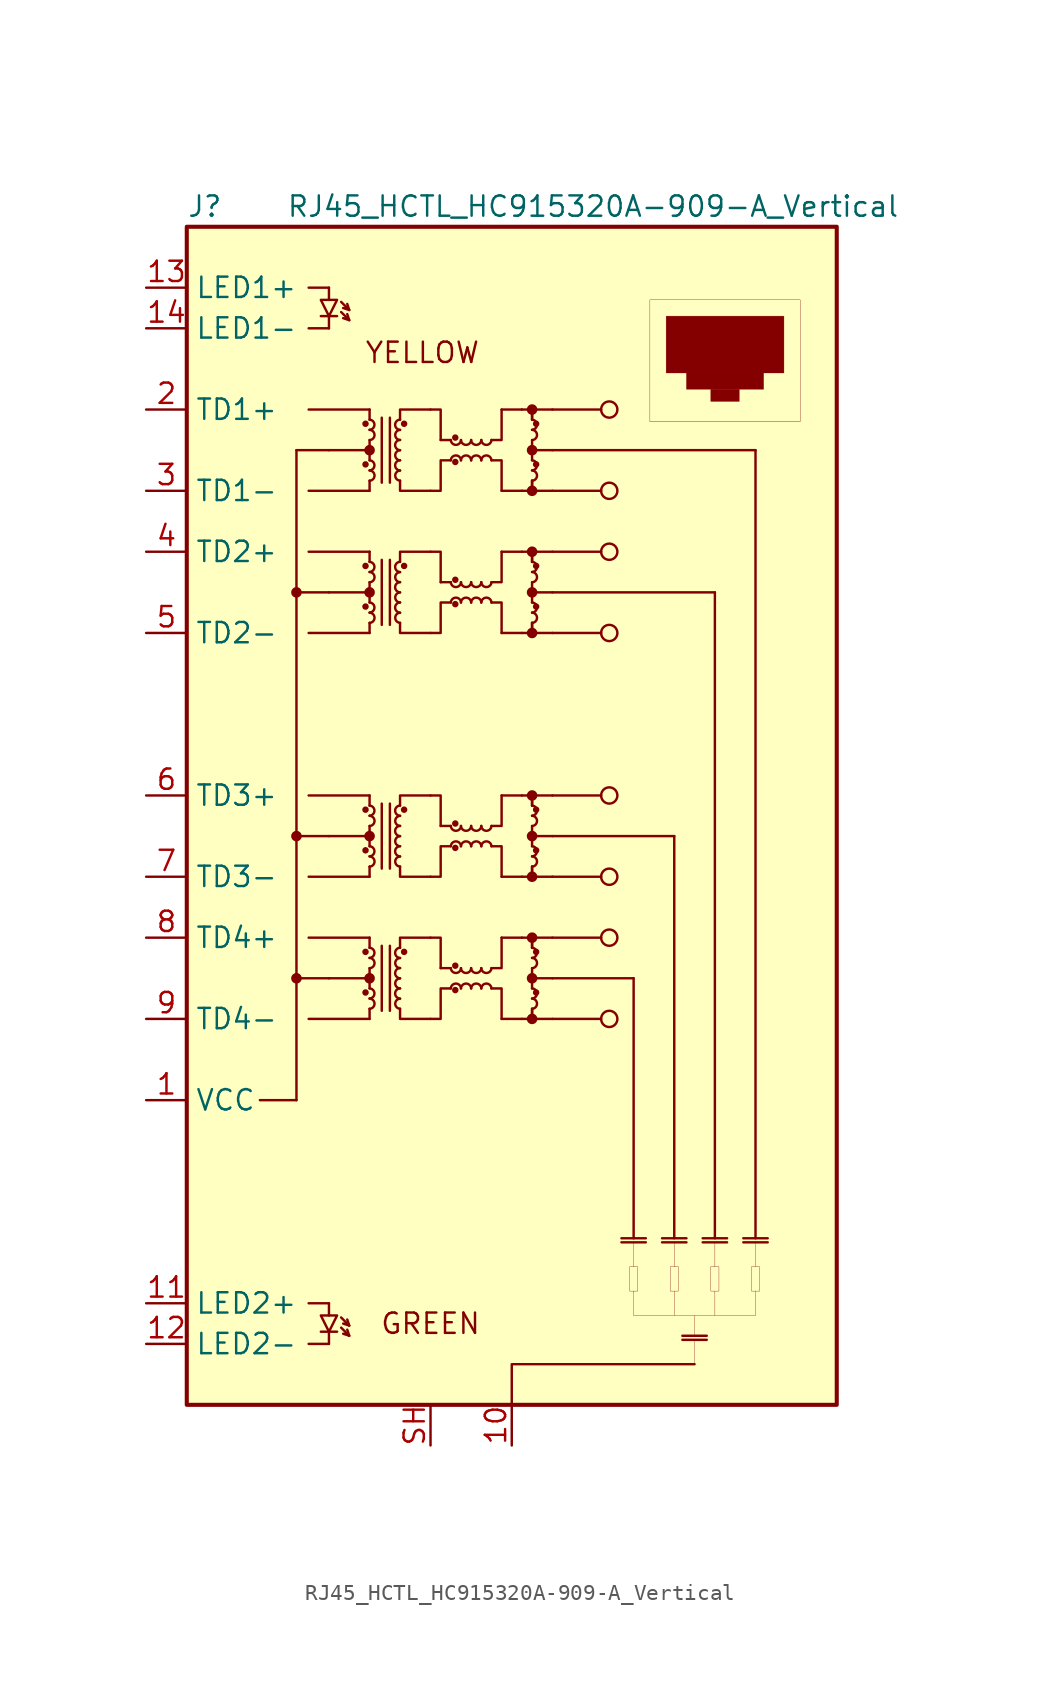
<source format=kicad_sym>
(kicad_symbol_lib
  (version 20241209)
  (generator "kicad_symbol_editor")
  (generator_version "9.0")
  (symbol "RJ45_HCTL_HC915320A-909-A_Vertical"
    (property "Reference" "J"
      (at -20.32 38.1 0)
      (effects (font (size 1.27 1.27)) (justify left)))
    (property "Value" "RJ45_HCTL_HC915320A-909-A_Vertical"
      (at 5.08 38.1 0)
      (effects (font (size 1.27 1.27))))
    (symbol "RJ45_HCTL_HC915320A-909-A_Vertical_0_0"
      (rectangle (start 7.366 -28.194) (end 7.874 -29.718) (stroke (width 0.001) (type default)) (fill (type none)))
      (polyline (pts (xy 7.62 -26.67) (xy 7.62 -28.194)) (stroke (width 0.001) (type default)) (fill (type none)))
      (polyline (pts (xy 7.62 -29.718) (xy 7.62 -31.242)) (stroke (width 0.001) (type default)) (fill (type none)))
      (polyline (pts (xy 7.62 -31.242) (xy 15.24 -31.242)) (stroke (width 0.001) (type default)) (fill (type none)))
      (rectangle (start 8.636 32.258) (end 18.034 24.638) (stroke (width 0.001) (type default)) (fill (type none)))
      (rectangle (start 9.652 31.242) (end 17.018 27.686) (stroke (width 0.001) (type default)) (fill (type outline)))
      (rectangle (start 9.906 -28.194) (end 10.414 -29.718) (stroke (width 0.001) (type default)) (fill (type none)))
      (polyline (pts (xy 10.16 -26.67) (xy 10.16 -28.194)) (stroke (width 0.001) (type default)) (fill (type none)))
      (polyline (pts (xy 10.16 -29.718) (xy 10.16 -31.242)) (stroke (width 0.001) (type default)) (fill (type none)))
      (rectangle (start 10.922 27.686) (end 15.748 26.67) (stroke (width 0.001) (type default)) (fill (type outline)))
      (polyline (pts (xy 11.43 -32.512) (xy 11.43 -31.242)) (stroke (width 0.001) (type default)) (fill (type none)))
      (polyline (pts (xy 11.43 -34.29) (xy 11.43 -32.766)) (stroke (width 0.001) (type default)) (fill (type none)))
      (rectangle (start 12.446 26.67) (end 14.224 25.908) (stroke (width 0.001) (type default)) (fill (type outline)))
      (rectangle (start 12.446 -28.194) (end 12.954 -29.718) (stroke (width 0.001) (type default)) (fill (type none)))
      (polyline (pts (xy 12.7 -26.67) (xy 12.7 -28.194)) (stroke (width 0.001) (type default)) (fill (type none)))
      (polyline (pts (xy 12.7 -29.718) (xy 12.7 -31.242)) (stroke (width 0.001) (type default)) (fill (type none)))
      (rectangle (start 14.986 -28.194) (end 15.494 -29.718) (stroke (width 0.001) (type default)) (fill (type none)))
      (polyline (pts (xy 15.24 -26.67) (xy 15.24 -28.194)) (stroke (width 0.001) (type default)) (fill (type none)))
      (polyline (pts (xy 15.24 -29.718) (xy 15.24 -31.242)) (stroke (width 0.001) (type default)) (fill (type none))))
    (symbol "RJ45_HCTL_HC915320A-909-A_Vertical_0_1"
      (rectangle (start -20.32 36.83) (end 20.32 -36.83) (stroke (width 0.254) (type default)) (fill (type background)))
      (circle (center -13.462 13.97) (radius 0.254) (stroke (width 0) (type default)) (fill (type outline)))
      (circle (center -13.462 -1.27) (radius 0.254) (stroke (width 0) (type default)) (fill (type outline)))
      (circle (center -13.462 -10.16) (radius 0.254) (stroke (width 0) (type default)) (fill (type outline)))
      (polyline (pts (xy -12.7 25.4) (xy -8.89 25.4)) (stroke (width 0) (type default)) (fill (type none)))
      (polyline (pts (xy -12.7 20.32) (xy -8.89 20.32)) (stroke (width 0) (type default)) (fill (type none)))
      (polyline (pts (xy -12.7 16.51) (xy -8.89 16.51)) (stroke (width 0) (type default)) (fill (type none)))
      (polyline (pts (xy -12.7 11.43) (xy -8.89 11.43)) (stroke (width 0) (type default)) (fill (type none)))
      (polyline (pts (xy -12.7 1.27) (xy -8.89 1.27)) (stroke (width 0) (type default)) (fill (type none)))
      (polyline (pts (xy -12.7 -3.81) (xy -8.89 -3.81)) (stroke (width 0) (type default)) (fill (type none)))
      (polyline (pts (xy -12.7 -7.62) (xy -8.89 -7.62)) (stroke (width 0) (type default)) (fill (type none)))
      (polyline (pts (xy -12.7 -12.7) (xy -8.89 -12.7)) (stroke (width 0) (type default)) (fill (type none)))
      (polyline (pts (xy -11.43 22.86) (xy -8.89 22.86)) (stroke (width 0) (type default)) (fill (type none)))
      (polyline (pts (xy -11.43 13.97) (xy -8.89 13.97)) (stroke (width 0) (type default)) (fill (type none)))
      (polyline (pts (xy -11.43 -1.27) (xy -8.89 -1.27)) (stroke (width 0) (type default)) (fill (type none)))
      (polyline (pts (xy -11.43 -10.16) (xy -8.89 -10.16)) (stroke (width 0) (type default)) (fill (type none)))
      (circle (center -9.144 24.511) (radius 0.127) (stroke (width 0) (type default)) (fill (type outline)))
      (circle (center -9.144 21.971) (radius 0.127) (stroke (width 0) (type default)) (fill (type outline)))
      (circle (center -9.144 15.621) (radius 0.127) (stroke (width 0) (type default)) (fill (type outline)))
      (circle (center -9.144 13.081) (radius 0.127) (stroke (width 0) (type default)) (fill (type outline)))
      (circle (center -9.144 0.381) (radius 0.127) (stroke (width 0) (type default)) (fill (type outline)))
      (circle (center -9.144 -2.159) (radius 0.127) (stroke (width 0) (type default)) (fill (type outline)))
      (circle (center -9.144 -8.509) (radius 0.127) (stroke (width 0) (type default)) (fill (type outline)))
      (circle (center -9.144 -11.049) (radius 0.127) (stroke (width 0) (type default)) (fill (type outline)))
      (arc (start -8.89 24.765) (mid -8.5849 24.4475) (end -8.89 24.13) (stroke (width 0) (type default)) (fill (type none)))
      (arc (start -8.89 24.13) (mid -8.5849 23.8125) (end -8.89 23.495) (stroke (width 0) (type default)) (fill (type none)))
      (arc (start -8.89 22.225) (mid -8.5849 21.9075) (end -8.89 21.59) (stroke (width 0) (type default)) (fill (type none)))
      (arc (start -8.89 21.59) (mid -8.5849 21.2725) (end -8.89 20.955) (stroke (width 0) (type default)) (fill (type none)))
      (arc (start -8.89 15.875) (mid -8.5849 15.5575) (end -8.89 15.24) (stroke (width 0) (type default)) (fill (type none)))
      (arc (start -8.89 15.24) (mid -8.5849 14.9225) (end -8.89 14.605) (stroke (width 0) (type default)) (fill (type none)))
      (arc (start -8.89 13.335) (mid -8.5849 13.0175) (end -8.89 12.7) (stroke (width 0) (type default)) (fill (type none)))
      (arc (start -8.89 12.7) (mid -8.5849 12.3825) (end -8.89 12.065) (stroke (width 0) (type default)) (fill (type none)))
      (arc (start -8.89 0.635) (mid -8.5849 0.3175) (end -8.89 0) (stroke (width 0) (type default)) (fill (type none)))
      (arc (start -8.89 0) (mid -8.5849 -0.3175) (end -8.89 -0.635) (stroke (width 0) (type default)) (fill (type none)))
      (arc (start -8.89 -1.905) (mid -8.5849 -2.2225) (end -8.89 -2.54) (stroke (width 0) (type default)) (fill (type none)))
      (arc (start -8.89 -2.54) (mid -8.5849 -2.8575) (end -8.89 -3.175) (stroke (width 0) (type default)) (fill (type none)))
      (arc (start -8.89 -8.255) (mid -8.5849 -8.5725) (end -8.89 -8.89) (stroke (width 0) (type default)) (fill (type none)))
      (arc (start -8.89 -8.89) (mid -8.5849 -9.2075) (end -8.89 -9.525) (stroke (width 0) (type default)) (fill (type none)))
      (arc (start -8.89 -10.795) (mid -8.5849 -11.1125) (end -8.89 -11.43) (stroke (width 0) (type default)) (fill (type none)))
      (arc (start -8.89 -11.43) (mid -8.5849 -11.7475) (end -8.89 -12.065) (stroke (width 0) (type default)) (fill (type none)))
      (polyline (pts (xy -8.89 25.4) (xy -8.89 24.765)) (stroke (width 0) (type default)) (fill (type none)))
      (circle (center -8.89 22.86) (radius 0.254) (stroke (width 0) (type default)) (fill (type outline)))
      (polyline (pts (xy -8.89 22.86) (xy -8.89 23.495)) (stroke (width 0) (type default)) (fill (type none)))
      (polyline (pts (xy -8.89 22.86) (xy -8.89 22.225)) (stroke (width 0) (type default)) (fill (type none)))
      (polyline (pts (xy -8.89 20.32) (xy -8.89 20.955)) (stroke (width 0) (type default)) (fill (type none)))
      (polyline (pts (xy -8.89 16.51) (xy -8.89 15.875)) (stroke (width 0) (type default)) (fill (type none)))
      (circle (center -8.89 13.97) (radius 0.254) (stroke (width 0) (type default)) (fill (type outline)))
      (polyline (pts (xy -8.89 13.97) (xy -8.89 14.605)) (stroke (width 0) (type default)) (fill (type none)))
      (polyline (pts (xy -8.89 13.97) (xy -8.89 13.335)) (stroke (width 0) (type default)) (fill (type none)))
      (polyline (pts (xy -8.89 11.43) (xy -8.89 12.065)) (stroke (width 0) (type default)) (fill (type none)))
      (polyline (pts (xy -8.89 1.27) (xy -8.89 0.635)) (stroke (width 0) (type default)) (fill (type none)))
      (circle (center -8.89 -1.27) (radius 0.254) (stroke (width 0) (type default)) (fill (type outline)))
      (polyline (pts (xy -8.89 -1.27) (xy -8.89 -0.635)) (stroke (width 0) (type default)) (fill (type none)))
      (polyline (pts (xy -8.89 -1.27) (xy -8.89 -1.905)) (stroke (width 0) (type default)) (fill (type none)))
      (polyline (pts (xy -8.89 -3.81) (xy -8.89 -3.175)) (stroke (width 0) (type default)) (fill (type none)))
      (polyline (pts (xy -8.89 -7.62) (xy -8.89 -8.255)) (stroke (width 0) (type default)) (fill (type none)))
      (circle (center -8.89 -10.16) (radius 0.254) (stroke (width 0) (type default)) (fill (type outline)))
      (polyline (pts (xy -8.89 -10.16) (xy -8.89 -9.525)) (stroke (width 0) (type default)) (fill (type none)))
      (polyline (pts (xy -8.89 -10.16) (xy -8.89 -10.795)) (stroke (width 0) (type default)) (fill (type none)))
      (polyline (pts (xy -8.89 -12.7) (xy -8.89 -12.065)) (stroke (width 0) (type default)) (fill (type none)))
      (polyline (pts (xy -8.128 20.828) (xy -8.128 24.892)) (stroke (width 0) (type default)) (fill (type none)))
      (polyline (pts (xy -8.128 11.938) (xy -8.128 16.002)) (stroke (width 0) (type default)) (fill (type none)))
      (polyline (pts (xy -8.128 -3.302) (xy -8.128 0.762)) (stroke (width 0) (type default)) (fill (type none)))
      (polyline (pts (xy -8.128 -12.192) (xy -8.128 -8.128)) (stroke (width 0) (type default)) (fill (type none)))
      (polyline (pts (xy -7.62 20.828) (xy -7.62 24.892)) (stroke (width 0) (type default)) (fill (type none)))
      (polyline (pts (xy -7.62 11.938) (xy -7.62 16.002)) (stroke (width 0) (type default)) (fill (type none)))
      (polyline (pts (xy -7.62 -3.302) (xy -7.62 0.762)) (stroke (width 0) (type default)) (fill (type none)))
      (polyline (pts (xy -7.62 -12.192) (xy -7.62 -8.128)) (stroke (width 0) (type default)) (fill (type none)))
      (polyline (pts (xy -6.985 24.765) (xy -6.985 25.4) (xy -5.08 25.4)) (stroke (width 0) (type default)) (fill (type none)))
      (polyline (pts (xy -6.985 20.955) (xy -6.985 20.32) (xy -5.08 20.32)) (stroke (width 0) (type default)) (fill (type none)))
      (polyline (pts (xy -6.985 15.875) (xy -6.985 16.51) (xy -5.08 16.51)) (stroke (width 0) (type default)) (fill (type none)))
      (polyline (pts (xy -6.985 12.065) (xy -6.985 11.43) (xy -5.08 11.43)) (stroke (width 0) (type default)) (fill (type none)))
      (polyline (pts (xy -6.985 0.635) (xy -6.985 1.27) (xy -5.08 1.27)) (stroke (width 0) (type default)) (fill (type none)))
      (polyline (pts (xy -6.985 -3.175) (xy -6.985 -3.81) (xy -5.08 -3.81)) (stroke (width 0) (type default)) (fill (type none)))
      (polyline (pts (xy -6.985 -8.255) (xy -6.985 -7.62) (xy -5.08 -7.62)) (stroke (width 0) (type default)) (fill (type none)))
      (polyline (pts (xy -6.985 -12.065) (xy -6.985 -12.7) (xy -5.08 -12.7)) (stroke (width 0) (type default)) (fill (type none)))
      (arc (start -6.985 24.13) (mid -7.2901 24.4475) (end -6.985 24.765) (stroke (width 0) (type default)) (fill (type none)))
      (arc (start -6.985 23.495) (mid -7.2901 23.8125) (end -6.985 24.13) (stroke (width 0) (type default)) (fill (type none)))
      (arc (start -6.985 22.86) (mid -7.2901 23.1775) (end -6.985 23.495) (stroke (width 0) (type default)) (fill (type none)))
      (arc (start -6.985 22.225) (mid -7.2901 22.5425) (end -6.985 22.86) (stroke (width 0) (type default)) (fill (type none)))
      (arc (start -6.985 21.59) (mid -7.2901 21.9075) (end -6.985 22.225) (stroke (width 0) (type default)) (fill (type none)))
      (arc (start -6.985 20.955) (mid -7.2901 21.2725) (end -6.985 21.59) (stroke (width 0) (type default)) (fill (type none)))
      (arc (start -6.985 15.24) (mid -7.2901 15.5575) (end -6.985 15.875) (stroke (width 0) (type default)) (fill (type none)))
      (arc (start -6.985 14.605) (mid -7.2901 14.9225) (end -6.985 15.24) (stroke (width 0) (type default)) (fill (type none)))
      (arc (start -6.985 13.97) (mid -7.2901 14.2875) (end -6.985 14.605) (stroke (width 0) (type default)) (fill (type none)))
      (arc (start -6.985 13.335) (mid -7.2901 13.6525) (end -6.985 13.97) (stroke (width 0) (type default)) (fill (type none)))
      (arc (start -6.985 12.7) (mid -7.2901 13.0175) (end -6.985 13.335) (stroke (width 0) (type default)) (fill (type none)))
      (arc (start -6.985 12.065) (mid -7.2901 12.3825) (end -6.985 12.7) (stroke (width 0) (type default)) (fill (type none)))
      (arc (start -6.985 0) (mid -7.2901 0.3175) (end -6.985 0.635) (stroke (width 0) (type default)) (fill (type none)))
      (arc (start -6.985 -0.635) (mid -7.2901 -0.3175) (end -6.985 0) (stroke (width 0) (type default)) (fill (type none)))
      (arc (start -6.985 -1.27) (mid -7.2901 -0.9525) (end -6.985 -0.635) (stroke (width 0) (type default)) (fill (type none)))
      (arc (start -6.985 -1.905) (mid -7.2901 -1.5875) (end -6.985 -1.27) (stroke (width 0) (type default)) (fill (type none)))
      (arc (start -6.985 -2.54) (mid -7.2901 -2.2225) (end -6.985 -1.905) (stroke (width 0) (type default)) (fill (type none)))
      (arc (start -6.985 -3.175) (mid -7.2901 -2.8575) (end -6.985 -2.54) (stroke (width 0) (type default)) (fill (type none)))
      (arc (start -6.985 -8.89) (mid -7.2901 -8.5725) (end -6.985 -8.255) (stroke (width 0) (type default)) (fill (type none)))
      (arc (start -6.985 -9.525) (mid -7.2901 -9.2075) (end -6.985 -8.89) (stroke (width 0) (type default)) (fill (type none)))
      (arc (start -6.985 -10.16) (mid -7.2901 -9.8425) (end -6.985 -9.525) (stroke (width 0) (type default)) (fill (type none)))
      (arc (start -6.985 -10.795) (mid -7.2901 -10.4775) (end -6.985 -10.16) (stroke (width 0) (type default)) (fill (type none)))
      (arc (start -6.985 -11.43) (mid -7.2901 -11.1125) (end -6.985 -10.795) (stroke (width 0) (type default)) (fill (type none)))
      (arc (start -6.985 -12.065) (mid -7.2901 -11.7475) (end -6.985 -11.43) (stroke (width 0) (type default)) (fill (type none)))
      (circle (center -6.731 24.511) (radius 0.127) (stroke (width 0) (type default)) (fill (type outline)))
      (circle (center -6.731 15.621) (radius 0.127) (stroke (width 0) (type default)) (fill (type outline)))
      (circle (center -6.731 0.381) (radius 0.127) (stroke (width 0) (type default)) (fill (type outline)))
      (circle (center -6.731 -8.509) (radius 0.127) (stroke (width 0) (type default)) (fill (type outline)))
      (polyline (pts (xy -5.08 25.4) (xy -4.445 25.4) (xy -4.445 23.495)) (stroke (width 0) (type default)) (fill (type none)))
      (polyline (pts (xy -5.08 20.32) (xy -4.445 20.32) (xy -4.445 22.225) (xy -3.81 22.225)) (stroke (width 0) (type default)) (fill (type none)))
      (polyline (pts (xy -5.08 16.51) (xy -4.445 16.51) (xy -4.445 14.605)) (stroke (width 0) (type default)) (fill (type none)))
      (polyline (pts (xy -5.08 11.43) (xy -4.445 11.43) (xy -4.445 13.335) (xy -3.81 13.335)) (stroke (width 0) (type default)) (fill (type none)))
      (polyline (pts (xy -5.08 1.27) (xy -4.445 1.27) (xy -4.445 -0.635)) (stroke (width 0) (type default)) (fill (type none)))
      (polyline (pts (xy -5.08 -3.81) (xy -4.445 -3.81) (xy -4.445 -1.905) (xy -3.81 -1.905)) (stroke (width 0) (type default)) (fill (type none)))
      (polyline (pts (xy -5.08 -7.62) (xy -4.445 -7.62) (xy -4.445 -9.525)) (stroke (width 0) (type default)) (fill (type none)))
      (polyline (pts (xy -5.08 -12.7) (xy -4.445 -12.7) (xy -4.445 -10.795) (xy -3.81 -10.795)) (stroke (width 0) (type default)) (fill (type none)))
      (polyline (pts (xy -4.445 23.495) (xy -3.81 23.495)) (stroke (width 0) (type default)) (fill (type none)))
      (polyline (pts (xy -4.445 14.605) (xy -3.81 14.605)) (stroke (width 0) (type default)) (fill (type none)))
      (polyline (pts (xy -4.445 -0.635) (xy -3.81 -0.635)) (stroke (width 0) (type default)) (fill (type none)))
      (polyline (pts (xy -4.445 -9.525) (xy -3.81 -9.525)) (stroke (width 0) (type default)) (fill (type none)))
      (circle (center -3.531 23.647) (radius 0.127) (stroke (width 0) (type default)) (fill (type outline)))
      (circle (center -3.531 22.123) (radius 0.127) (stroke (width 0) (type default)) (fill (type outline)))
      (circle (center -3.531 14.757) (radius 0.127) (stroke (width 0) (type default)) (fill (type outline)))
      (circle (center -3.531 13.233) (radius 0.127) (stroke (width 0) (type default)) (fill (type outline)))
      (circle (center -3.531 -0.483) (radius 0.127) (stroke (width 0) (type default)) (fill (type outline)))
      (circle (center -3.531 -2.007) (radius 0.127) (stroke (width 0) (type default)) (fill (type outline)))
      (circle (center -3.531 -9.373) (radius 0.127) (stroke (width 0) (type default)) (fill (type outline)))
      (circle (center -3.531 -10.897) (radius 0.127) (stroke (width 0) (type default)) (fill (type outline)))
      (arc (start -3.175 23.495) (mid -3.4925 23.1899) (end -3.81 23.495) (stroke (width 0) (type default)) (fill (type none)))
      (arc (start -3.81 22.225) (mid -3.4925 22.5301) (end -3.175 22.225) (stroke (width 0) (type default)) (fill (type none)))
      (arc (start -3.175 14.605) (mid -3.4925 14.2999) (end -3.81 14.605) (stroke (width 0) (type default)) (fill (type none)))
      (arc (start -3.81 13.335) (mid -3.4925 13.6401) (end -3.175 13.335) (stroke (width 0) (type default)) (fill (type none)))
      (arc (start -3.175 -0.635) (mid -3.4925 -0.9401) (end -3.81 -0.635) (stroke (width 0) (type default)) (fill (type none)))
      (arc (start -3.81 -1.905) (mid -3.4925 -1.5999) (end -3.175 -1.905) (stroke (width 0) (type default)) (fill (type none)))
      (arc (start -3.175 -9.525) (mid -3.4925 -9.8301) (end -3.81 -9.525) (stroke (width 0) (type default)) (fill (type none)))
      (arc (start -3.81 -10.795) (mid -3.4925 -10.4899) (end -3.175 -10.795) (stroke (width 0) (type default)) (fill (type none)))
      (arc (start -2.54 23.495) (mid -2.8575 23.1899) (end -3.175 23.495) (stroke (width 0) (type default)) (fill (type none)))
      (arc (start -3.175 22.225) (mid -2.8575 22.5301) (end -2.54 22.225) (stroke (width 0) (type default)) (fill (type none)))
      (arc (start -2.54 14.605) (mid -2.8575 14.2999) (end -3.175 14.605) (stroke (width 0) (type default)) (fill (type none)))
      (arc (start -3.175 13.335) (mid -2.8575 13.6401) (end -2.54 13.335) (stroke (width 0) (type default)) (fill (type none)))
      (arc (start -2.54 -0.635) (mid -2.8575 -0.9401) (end -3.175 -0.635) (stroke (width 0) (type default)) (fill (type none)))
      (arc (start -3.175 -1.905) (mid -2.8575 -1.5999) (end -2.54 -1.905) (stroke (width 0) (type default)) (fill (type none)))
      (arc (start -2.54 -9.525) (mid -2.8575 -9.8301) (end -3.175 -9.525) (stroke (width 0) (type default)) (fill (type none)))
      (arc (start -3.175 -10.795) (mid -2.8575 -10.4899) (end -2.54 -10.795) (stroke (width 0) (type default)) (fill (type none)))
      (arc (start -1.905 23.495) (mid -2.2225 23.1899) (end -2.54 23.495) (stroke (width 0) (type default)) (fill (type none)))
      (arc (start -2.54 22.225) (mid -2.2225 22.5301) (end -1.905 22.225) (stroke (width 0) (type default)) (fill (type none)))
      (arc (start -1.905 14.605) (mid -2.2225 14.2999) (end -2.54 14.605) (stroke (width 0) (type default)) (fill (type none)))
      (arc (start -2.54 13.335) (mid -2.2225 13.6401) (end -1.905 13.335) (stroke (width 0) (type default)) (fill (type none)))
      (arc (start -1.905 -0.635) (mid -2.2225 -0.9401) (end -2.54 -0.635) (stroke (width 0) (type default)) (fill (type none)))
      (arc (start -2.54 -1.905) (mid -2.2225 -1.5999) (end -1.905 -1.905) (stroke (width 0) (type default)) (fill (type none)))
      (arc (start -1.905 -9.525) (mid -2.2225 -9.8301) (end -2.54 -9.525) (stroke (width 0) (type default)) (fill (type none)))
      (arc (start -2.54 -10.795) (mid -2.2225 -10.4899) (end -1.905 -10.795) (stroke (width 0) (type default)) (fill (type none)))
      (arc (start -1.27 23.495) (mid -1.5875 23.1899) (end -1.905 23.495) (stroke (width 0) (type default)) (fill (type none)))
      (arc (start -1.905 22.225) (mid -1.5875 22.5301) (end -1.27 22.225) (stroke (width 0) (type default)) (fill (type none)))
      (arc (start -1.27 14.605) (mid -1.5875 14.2999) (end -1.905 14.605) (stroke (width 0) (type default)) (fill (type none)))
      (arc (start -1.905 13.335) (mid -1.5875 13.6401) (end -1.27 13.335) (stroke (width 0) (type default)) (fill (type none)))
      (arc (start -1.27 -0.635) (mid -1.5875 -0.9401) (end -1.905 -0.635) (stroke (width 0) (type default)) (fill (type none)))
      (arc (start -1.905 -1.905) (mid -1.5875 -1.5999) (end -1.27 -1.905) (stroke (width 0) (type default)) (fill (type none)))
      (arc (start -1.27 -9.525) (mid -1.5875 -9.8301) (end -1.905 -9.525) (stroke (width 0) (type default)) (fill (type none)))
      (arc (start -1.905 -10.795) (mid -1.5875 -10.4899) (end -1.27 -10.795) (stroke (width 0) (type default)) (fill (type none)))
      (polyline (pts (xy -1.27 23.495) (xy -0.635 23.495) (xy -0.635 25.4)) (stroke (width 0) (type default)) (fill (type none)))
      (polyline (pts (xy -1.27 22.225) (xy -0.635 22.225) (xy -0.635 20.32)) (stroke (width 0) (type default)) (fill (type none)))
      (polyline (pts (xy -1.27 14.605) (xy -0.635 14.605) (xy -0.635 16.51)) (stroke (width 0) (type default)) (fill (type none)))
      (polyline (pts (xy -1.27 13.335) (xy -0.635 13.335) (xy -0.635 11.43)) (stroke (width 0) (type default)) (fill (type none)))
      (polyline (pts (xy -1.27 -0.635) (xy -0.635 -0.635) (xy -0.635 1.27)) (stroke (width 0) (type default)) (fill (type none)))
      (polyline (pts (xy -1.27 -1.905) (xy -0.635 -1.905) (xy -0.635 -3.81)) (stroke (width 0) (type default)) (fill (type none)))
      (polyline (pts (xy -1.27 -9.525) (xy -0.635 -9.525) (xy -0.635 -7.62)) (stroke (width 0) (type default)) (fill (type none)))
      (polyline (pts (xy -1.27 -10.795) (xy -0.635 -10.795) (xy -0.635 -12.7)) (stroke (width 0) (type default)) (fill (type none)))
      (polyline (pts (xy -0.635 25.4) (xy 0.635 25.4)) (stroke (width 0) (type default)) (fill (type none)))
      (polyline (pts (xy -0.635 20.32) (xy 0.635 20.32)) (stroke (width 0) (type default)) (fill (type none)))
      (polyline (pts (xy -0.635 16.51) (xy 0.635 16.51)) (stroke (width 0) (type default)) (fill (type none)))
      (polyline (pts (xy -0.635 11.43) (xy 0.635 11.43)) (stroke (width 0) (type default)) (fill (type none)))
      (polyline (pts (xy -0.635 1.27) (xy 0.635 1.27)) (stroke (width 0) (type default)) (fill (type none)))
      (polyline (pts (xy -0.635 -3.81) (xy 0.635 -3.81)) (stroke (width 0) (type default)) (fill (type none)))
      (polyline (pts (xy -0.635 -7.62) (xy 0.635 -7.62)) (stroke (width 0) (type default)) (fill (type none)))
      (polyline (pts (xy -0.635 -12.7) (xy 0.635 -12.7)) (stroke (width 0) (type default)) (fill (type none)))
      (polyline (pts (xy 0.635 25.4) (xy 1.27 25.4) (xy 1.27 24.765)) (stroke (width 0) (type default)) (fill (type none)))
      (polyline (pts (xy 0.635 20.32) (xy 1.27 20.32) (xy 1.27 20.955)) (stroke (width 0) (type default)) (fill (type none)))
      (polyline (pts (xy 0.635 16.51) (xy 1.27 16.51) (xy 1.27 15.875)) (stroke (width 0) (type default)) (fill (type none)))
      (polyline (pts (xy 0.635 11.43) (xy 1.27 11.43) (xy 1.27 12.065)) (stroke (width 0) (type default)) (fill (type none)))
      (polyline (pts (xy 0.635 1.27) (xy 1.27 1.27) (xy 1.27 0.635)) (stroke (width 0) (type default)) (fill (type none)))
      (polyline (pts (xy 0.635 -3.81) (xy 1.27 -3.81) (xy 1.27 -3.175)) (stroke (width 0) (type default)) (fill (type none)))
      (polyline (pts (xy 0.635 -7.62) (xy 1.27 -7.62) (xy 1.27 -8.255)) (stroke (width 0) (type default)) (fill (type none)))
      (polyline (pts (xy 0.635 -12.7) (xy 1.27 -12.7) (xy 1.27 -12.065)) (stroke (width 0) (type default)) (fill (type none)))
      (arc (start 1.27 24.765) (mid 1.5751 24.4475) (end 1.27 24.13) (stroke (width 0) (type default)) (fill (type none)))
      (arc (start 1.27 24.13) (mid 1.5751 23.8125) (end 1.27 23.495) (stroke (width 0) (type default)) (fill (type none)))
      (arc (start 1.27 22.225) (mid 1.5751 21.9075) (end 1.27 21.59) (stroke (width 0) (type default)) (fill (type none)))
      (arc (start 1.27 21.59) (mid 1.5751 21.2725) (end 1.27 20.955) (stroke (width 0) (type default)) (fill (type none)))
      (arc (start 1.27 15.875) (mid 1.5751 15.5575) (end 1.27 15.24) (stroke (width 0) (type default)) (fill (type none)))
      (arc (start 1.27 15.24) (mid 1.5751 14.9225) (end 1.27 14.605) (stroke (width 0) (type default)) (fill (type none)))
      (arc (start 1.27 13.335) (mid 1.5751 13.0175) (end 1.27 12.7) (stroke (width 0) (type default)) (fill (type none)))
      (arc (start 1.27 12.7) (mid 1.5751 12.3825) (end 1.27 12.065) (stroke (width 0) (type default)) (fill (type none)))
      (arc (start 1.27 0.635) (mid 1.5751 0.3175) (end 1.27 0) (stroke (width 0) (type default)) (fill (type none)))
      (arc (start 1.27 0) (mid 1.5751 -0.3175) (end 1.27 -0.635) (stroke (width 0) (type default)) (fill (type none)))
      (arc (start 1.27 -1.905) (mid 1.5751 -2.2225) (end 1.27 -2.54) (stroke (width 0) (type default)) (fill (type none)))
      (arc (start 1.27 -2.54) (mid 1.5751 -2.8575) (end 1.27 -3.175) (stroke (width 0) (type default)) (fill (type none)))
      (arc (start 1.27 -8.255) (mid 1.5751 -8.5725) (end 1.27 -8.89) (stroke (width 0) (type default)) (fill (type none)))
      (arc (start 1.27 -8.89) (mid 1.5751 -9.2075) (end 1.27 -9.525) (stroke (width 0) (type default)) (fill (type none)))
      (arc (start 1.27 -10.795) (mid 1.5751 -11.1125) (end 1.27 -11.43) (stroke (width 0) (type default)) (fill (type none)))
      (arc (start 1.27 -11.43) (mid 1.5751 -11.7475) (end 1.27 -12.065) (stroke (width 0) (type default)) (fill (type none)))
      (polyline (pts (xy 1.27 25.4) (xy 1.27 24.765)) (stroke (width 0) (type default)) (fill (type none)))
      (circle (center 1.27 25.4) (radius 0.254) (stroke (width 0) (type default)) (fill (type outline)))
      (polyline (pts (xy 1.27 22.86) (xy 1.27 23.495)) (stroke (width 0) (type default)) (fill (type none)))
      (polyline (pts (xy 1.27 22.86) (xy 1.27 22.225)) (stroke (width 0) (type default)) (fill (type none)))
      (circle (center 1.27 22.86) (radius 0.254) (stroke (width 0) (type default)) (fill (type outline)))
      (polyline (pts (xy 1.27 20.32) (xy 1.27 20.955)) (stroke (width 0) (type default)) (fill (type none)))
      (circle (center 1.27 20.32) (radius 0.254) (stroke (width 0) (type default)) (fill (type outline)))
      (polyline (pts (xy 1.27 16.51) (xy 1.27 15.875)) (stroke (width 0) (type default)) (fill (type none)))
      (circle (center 1.27 16.51) (radius 0.254) (stroke (width 0) (type default)) (fill (type outline)))
      (polyline (pts (xy 1.27 13.97) (xy 1.27 14.605)) (stroke (width 0) (type default)) (fill (type none)))
      (polyline (pts (xy 1.27 13.97) (xy 1.27 13.335)) (stroke (width 0) (type default)) (fill (type none)))
      (circle (center 1.27 13.97) (radius 0.254) (stroke (width 0) (type default)) (fill (type outline)))
      (polyline (pts (xy 1.27 11.43) (xy 1.27 12.065)) (stroke (width 0) (type default)) (fill (type none)))
      (circle (center 1.27 11.43) (radius 0.254) (stroke (width 0) (type default)) (fill (type outline)))
      (polyline (pts (xy 1.27 1.27) (xy 1.27 0.635)) (stroke (width 0) (type default)) (fill (type none)))
      (circle (center 1.27 1.27) (radius 0.254) (stroke (width 0) (type default)) (fill (type outline)))
      (polyline (pts (xy 1.27 -1.27) (xy 1.27 -0.635)) (stroke (width 0) (type default)) (fill (type none)))
      (polyline (pts (xy 1.27 -1.27) (xy 1.27 -1.905)) (stroke (width 0) (type default)) (fill (type none)))
      (circle (center 1.27 -1.27) (radius 0.254) (stroke (width 0) (type default)) (fill (type outline)))
      (polyline (pts (xy 1.27 -3.81) (xy 1.27 -3.175)) (stroke (width 0) (type default)) (fill (type none)))
      (circle (center 1.27 -3.81) (radius 0.254) (stroke (width 0) (type default)) (fill (type outline)))
      (polyline (pts (xy 1.27 -7.62) (xy 1.27 -8.255)) (stroke (width 0) (type default)) (fill (type none)))
      (circle (center 1.27 -7.62) (radius 0.254) (stroke (width 0) (type default)) (fill (type outline)))
      (polyline (pts (xy 1.27 -10.16) (xy 1.27 -9.525)) (stroke (width 0) (type default)) (fill (type none)))
      (polyline (pts (xy 1.27 -10.16) (xy 1.27 -10.795)) (stroke (width 0) (type default)) (fill (type none)))
      (circle (center 1.27 -10.16) (radius 0.254) (stroke (width 0) (type default)) (fill (type outline)))
      (polyline (pts (xy 1.27 -12.7) (xy 1.27 -12.065)) (stroke (width 0) (type default)) (fill (type none)))
      (circle (center 1.27 -12.7) (radius 0.254) (stroke (width 0) (type default)) (fill (type outline)))
      (circle (center 1.524 24.511) (radius 0.127) (stroke (width 0) (type default)) (fill (type outline)))
      (circle (center 1.524 21.971) (radius 0.127) (stroke (width 0) (type default)) (fill (type outline)))
      (circle (center 1.524 15.621) (radius 0.127) (stroke (width 0) (type default)) (fill (type outline)))
      (circle (center 1.524 13.081) (radius 0.127) (stroke (width 0) (type default)) (fill (type outline)))
      (circle (center 1.524 0.381) (radius 0.127) (stroke (width 0) (type default)) (fill (type outline)))
      (circle (center 1.524 -2.159) (radius 0.127) (stroke (width 0) (type default)) (fill (type outline)))
      (circle (center 1.524 -8.509) (radius 0.127) (stroke (width 0) (type default)) (fill (type outline)))
      (circle (center 1.524 -11.049) (radius 0.127) (stroke (width 0) (type default)) (fill (type outline)))
      (polyline (pts (xy 2.54 25.4) (xy 1.27 25.4)) (stroke (width 0) (type default)) (fill (type none)))
      (polyline (pts (xy 2.54 25.4) (xy 5.588 25.4)) (stroke (width 0) (type default)) (fill (type none)))
      (polyline (pts (xy 2.54 22.86) (xy 1.27 22.86)) (stroke (width 0) (type default)) (fill (type none)))
      (polyline (pts (xy 2.54 20.32) (xy 1.27 20.32)) (stroke (width 0) (type default)) (fill (type none)))
      (polyline (pts (xy 2.54 20.32) (xy 5.588 20.32)) (stroke (width 0) (type default)) (fill (type none)))
      (polyline (pts (xy 2.54 16.51) (xy 1.27 16.51)) (stroke (width 0) (type default)) (fill (type none)))
      (polyline (pts (xy 2.54 16.51) (xy 5.588 16.51)) (stroke (width 0) (type default)) (fill (type none)))
      (polyline (pts (xy 2.54 13.97) (xy 1.27 13.97)) (stroke (width 0) (type default)) (fill (type none)))
      (polyline (pts (xy 2.54 13.97) (xy 12.7 13.97)) (stroke (width 0) (type default)) (fill (type none)))
      (polyline (pts (xy 2.54 11.43) (xy 1.27 11.43)) (stroke (width 0) (type default)) (fill (type none)))
      (polyline (pts (xy 2.54 11.43) (xy 5.588 11.43)) (stroke (width 0) (type default)) (fill (type none)))
      (polyline (pts (xy 2.54 1.27) (xy 1.27 1.27)) (stroke (width 0) (type default)) (fill (type none)))
      (polyline (pts (xy 2.54 1.27) (xy 5.588 1.27)) (stroke (width 0) (type default)) (fill (type none)))
      (polyline (pts (xy 2.54 -1.27) (xy 1.27 -1.27)) (stroke (width 0) (type default)) (fill (type none)))
      (polyline (pts (xy 2.54 -1.27) (xy 10.16 -1.27)) (stroke (width 0) (type default)) (fill (type none)))
      (polyline (pts (xy 2.54 -3.81) (xy 1.27 -3.81)) (stroke (width 0) (type default)) (fill (type none)))
      (polyline (pts (xy 2.54 -3.81) (xy 5.588 -3.81)) (stroke (width 0) (type default)) (fill (type none)))
      (polyline (pts (xy 2.54 -7.62) (xy 1.27 -7.62)) (stroke (width 0) (type default)) (fill (type none)))
      (polyline (pts (xy 2.54 -7.62) (xy 5.588 -7.62)) (stroke (width 0) (type default)) (fill (type none)))
      (polyline (pts (xy 2.54 -10.16) (xy 1.27 -10.16)) (stroke (width 0) (type default)) (fill (type none)))
      (polyline (pts (xy 2.54 -10.16) (xy 7.62 -10.16)) (stroke (width 0) (type default)) (fill (type none)))
      (polyline (pts (xy 2.54 -12.7) (xy 1.27 -12.7)) (stroke (width 0) (type default)) (fill (type none)))
      (polyline (pts (xy 2.54 -12.7) (xy 5.588 -12.7)) (stroke (width 0) (type default)) (fill (type none)))
      (circle (center 6.096 25.4) (radius 0.508) (stroke (width 0) (type default)) (fill (type none)))
      (circle (center 6.096 20.32) (radius 0.508) (stroke (width 0) (type default)) (fill (type none)))
      (circle (center 6.096 16.51) (radius 0.508) (stroke (width 0) (type default)) (fill (type none)))
      (circle (center 6.096 11.43) (radius 0.508) (stroke (width 0) (type default)) (fill (type none)))
      (circle (center 6.096 1.27) (radius 0.508) (stroke (width 0) (type default)) (fill (type none)))
      (circle (center 6.096 -3.81) (radius 0.508) (stroke (width 0) (type default)) (fill (type none)))
      (circle (center 6.096 -7.62) (radius 0.508) (stroke (width 0) (type default)) (fill (type none)))
      (circle (center 6.096 -12.7) (radius 0.508) (stroke (width 0) (type default)) (fill (type none)))
      (polyline (pts (xy 7.62 -26.416) (xy 7.62 -10.16)) (stroke (width 0) (type default)) (fill (type none)))
      (polyline (pts (xy 8.382 -26.416) (xy 6.858 -26.416)) (stroke (width 0) (type default)) (fill (type none)))
      (polyline (pts (xy 8.382 -26.67) (xy 6.858 -26.67)) (stroke (width 0) (type default)) (fill (type none)))
      (polyline (pts (xy 10.16 -26.416) (xy 10.16 -1.27)) (stroke (width 0) (type default)) (fill (type none)))
      (polyline (pts (xy 10.922 -26.416) (xy 9.398 -26.416)) (stroke (width 0) (type default)) (fill (type none)))
      (polyline (pts (xy 10.922 -26.67) (xy 9.398 -26.67)) (stroke (width 0) (type default)) (fill (type none)))
      (polyline (pts (xy 11.43 -34.29) (xy 0 -34.29) (xy 0 -36.83)) (stroke (width 0) (type default)) (fill (type none)))
      (polyline (pts (xy 12.192 -32.512) (xy 10.668 -32.512)) (stroke (width 0) (type default)) (fill (type none)))
      (polyline (pts (xy 12.192 -32.766) (xy 10.668 -32.766)) (stroke (width 0) (type default)) (fill (type none)))
      (polyline (pts (xy 12.7 -26.416) (xy 12.7 13.97)) (stroke (width 0) (type default)) (fill (type none)))
      (polyline (pts (xy 13.462 -26.416) (xy 11.938 -26.416)) (stroke (width 0) (type default)) (fill (type none)))
      (polyline (pts (xy 13.462 -26.67) (xy 11.938 -26.67)) (stroke (width 0) (type default)) (fill (type none)))
      (polyline (pts (xy 15.24 22.86) (xy 2.54 22.86)) (stroke (width 0) (type default)) (fill (type none)))
      (polyline (pts (xy 15.24 -26.416) (xy 15.24 22.86)) (stroke (width 0) (type default)) (fill (type none)))
      (polyline (pts (xy 16.002 -26.416) (xy 14.478 -26.416)) (stroke (width 0) (type default)) (fill (type none)))
      (polyline (pts (xy 16.002 -26.67) (xy 14.478 -26.67)) (stroke (width 0) (type default)) (fill (type none))))
    (symbol "RJ45_HCTL_HC915320A-909-A_Vertical_1_0"
      (polyline (pts (xy -13.462 22.86) (xy -13.462 -17.78)) (stroke (width 0) (type default)) (fill (type none)))
      (polyline (pts (xy -13.462 -17.78) (xy -15.748 -17.78)) (stroke (width 0) (type default)) (fill (type none)))
      (polyline (pts (xy -11.43 22.86) (xy -13.462 22.86)) (stroke (width 0) (type default)) (fill (type none)))
      (polyline (pts (xy -11.43 13.97) (xy -13.462 13.97)) (stroke (width 0) (type default)) (fill (type none)))
      (polyline (pts (xy -11.43 -1.27) (xy -13.462 -1.27)) (stroke (width 0) (type default)) (fill (type none)))
      (polyline (pts (xy -11.43 -10.16) (xy -13.462 -10.16)) (stroke (width 0) (type default)) (fill (type none)))
      (text "YELLOW" (at -5.588 28.956 0) (effects (font (size 1.27 1.27))))
      (text "GREEN" (at -5.08 -31.75 0) (effects (font (size 1.27 1.27)))))
    (symbol "RJ45_HCTL_HC915320A-909-A_Vertical_1_1"
      (polyline (pts (xy -12.7 33.02) (xy -11.43 33.02)) (stroke (width 0) (type default)) (fill (type none)))
      (polyline (pts (xy -12.7 30.48) (xy -11.43 30.48)) (stroke (width 0) (type default)) (fill (type none)))
      (polyline (pts (xy -12.7 -30.48) (xy -11.43 -30.48)) (stroke (width 0) (type default)) (fill (type none)))
      (polyline (pts (xy -12.7 -33.02) (xy -11.43 -33.02)) (stroke (width 0) (type default)) (fill (type none)))
      (polyline (pts (xy -11.938 31.242) (xy -10.922 31.242)) (stroke (width 0) (type default)) (fill (type none)))
      (polyline (pts (xy -11.938 -32.258) (xy -10.922 -32.258)) (stroke (width 0) (type default)) (fill (type none)))
      (polyline (pts (xy -11.43 33.02) (xy -11.43 32.258)) (stroke (width 0) (type default)) (fill (type none)))
      (polyline (pts (xy -11.43 31.242) (xy -11.938 32.258) (xy -10.922 32.258) (xy -11.43 31.242)) (stroke (width 0) (type default)) (fill (type none)))
      (polyline (pts (xy -11.43 30.48) (xy -11.43 31.242)) (stroke (width 0) (type default)) (fill (type none)))
      (polyline (pts (xy -11.43 -30.48) (xy -11.43 -31.242)) (stroke (width 0) (type default)) (fill (type none)))
      (polyline (pts (xy -11.43 -32.258) (xy -11.938 -31.242) (xy -10.922 -31.242) (xy -11.43 -32.258)) (stroke (width 0) (type default)) (fill (type none)))
      (polyline (pts (xy -11.43 -33.02) (xy -11.43 -32.258)) (stroke (width 0) (type default)) (fill (type none)))
      (polyline (pts (xy -10.668 32.131) (xy -10.16 31.623) (xy -10.541 31.75)) (stroke (width 0) (type default)) (fill (type none)))
      (polyline (pts (xy -10.668 31.496) (xy -10.16 30.988) (xy -10.541 31.115)) (stroke (width 0) (type default)) (fill (type none)))
      (polyline (pts (xy -10.668 -31.369) (xy -10.16 -31.877) (xy -10.541 -31.75)) (stroke (width 0) (type default)) (fill (type none)))
      (polyline (pts (xy -10.668 -32.004) (xy -10.16 -32.512) (xy -10.541 -32.385)) (stroke (width 0) (type default)) (fill (type none)))
      (polyline (pts (xy -10.16 31.623) (xy -10.287 32.004)) (stroke (width 0) (type default)) (fill (type none)))
      (polyline (pts (xy -10.16 30.988) (xy -10.287 31.369)) (stroke (width 0) (type default)) (fill (type none)))
      (polyline (pts (xy -10.16 -31.877) (xy -10.287 -31.496)) (stroke (width 0) (type default)) (fill (type none)))
      (polyline (pts (xy -10.16 -32.512) (xy -10.287 -32.131)) (stroke (width 0) (type default)) (fill (type none)))
      (pin passive line (at -22.86 33.02 0) (length 2.54) (name "LED1+" (effects (font (size 1.27 1.27)))) (number "13" (effects (font (size 1.27 1.27)))))
      (pin passive line (at -22.86 30.48 0) (length 2.54) (name "LED1-" (effects (font (size 1.27 1.27)))) (number "14" (effects (font (size 1.27 1.27)))))
      (pin passive line (at -22.86 25.4 0) (length 2.54) (name "TD1+" (effects (font (size 1.27 1.27)))) (number "2" (effects (font (size 1.27 1.27)))))
      (pin passive line (at -22.86 20.32 0) (length 2.54) (name "TD1-" (effects (font (size 1.27 1.27)))) (number "3" (effects (font (size 1.27 1.27)))))
      (pin passive line (at -22.86 16.51 0) (length 2.54) (name "TD2+" (effects (font (size 1.27 1.27)))) (number "4" (effects (font (size 1.27 1.27)))))
      (pin passive line (at -22.86 11.43 0) (length 2.54) (name "TD2-" (effects (font (size 1.27 1.27)))) (number "5" (effects (font (size 1.27 1.27)))))
      (pin passive line (at -22.86 1.27 0) (length 2.54) (name "TD3+" (effects (font (size 1.27 1.27)))) (number "6" (effects (font (size 1.27 1.27)))))
      (pin passive line (at -22.86 -3.81 0) (length 2.54) (name "TD3-" (effects (font (size 1.27 1.27)))) (number "7" (effects (font (size 1.27 1.27)))))
      (pin passive line (at -22.86 -7.62 0) (length 2.54) (name "TD4+" (effects (font (size 1.27 1.27)))) (number "8" (effects (font (size 1.27 1.27)))))
      (pin passive line (at -22.86 -12.7 0) (length 2.54) (name "TD4-" (effects (font (size 1.27 1.27)))) (number "9" (effects (font (size 1.27 1.27)))))
      (pin passive line (at -22.86 -17.78 0) (length 2.54) (name "VCC" (effects (font (size 1.27 1.27)))) (number "1" (effects (font (size 1.27 1.27)))))
      (pin passive line (at -22.86 -30.48 0) (length 2.54) (name "LED2+" (effects (font (size 1.27 1.27)))) (number "11" (effects (font (size 1.27 1.27)))))
      (pin passive line (at -22.86 -33.02 0) (length 2.54) (name "LED2-" (effects (font (size 1.27 1.27)))) (number "12" (effects (font (size 1.27 1.27)))))
      (pin passive line (at -5.08 -39.37 90) (length 2.54) (name "~" (effects (font (size 1.27 1.27)))) (number "SH" (effects (font (size 1.27 1.27)))))
      (pin power_in line (at 0 -39.37 90) (length 2.54) (name "" (effects (font (size 1.27 1.27)))) (number "10" (effects (font (size 1.27 1.27))))))))
</source>
